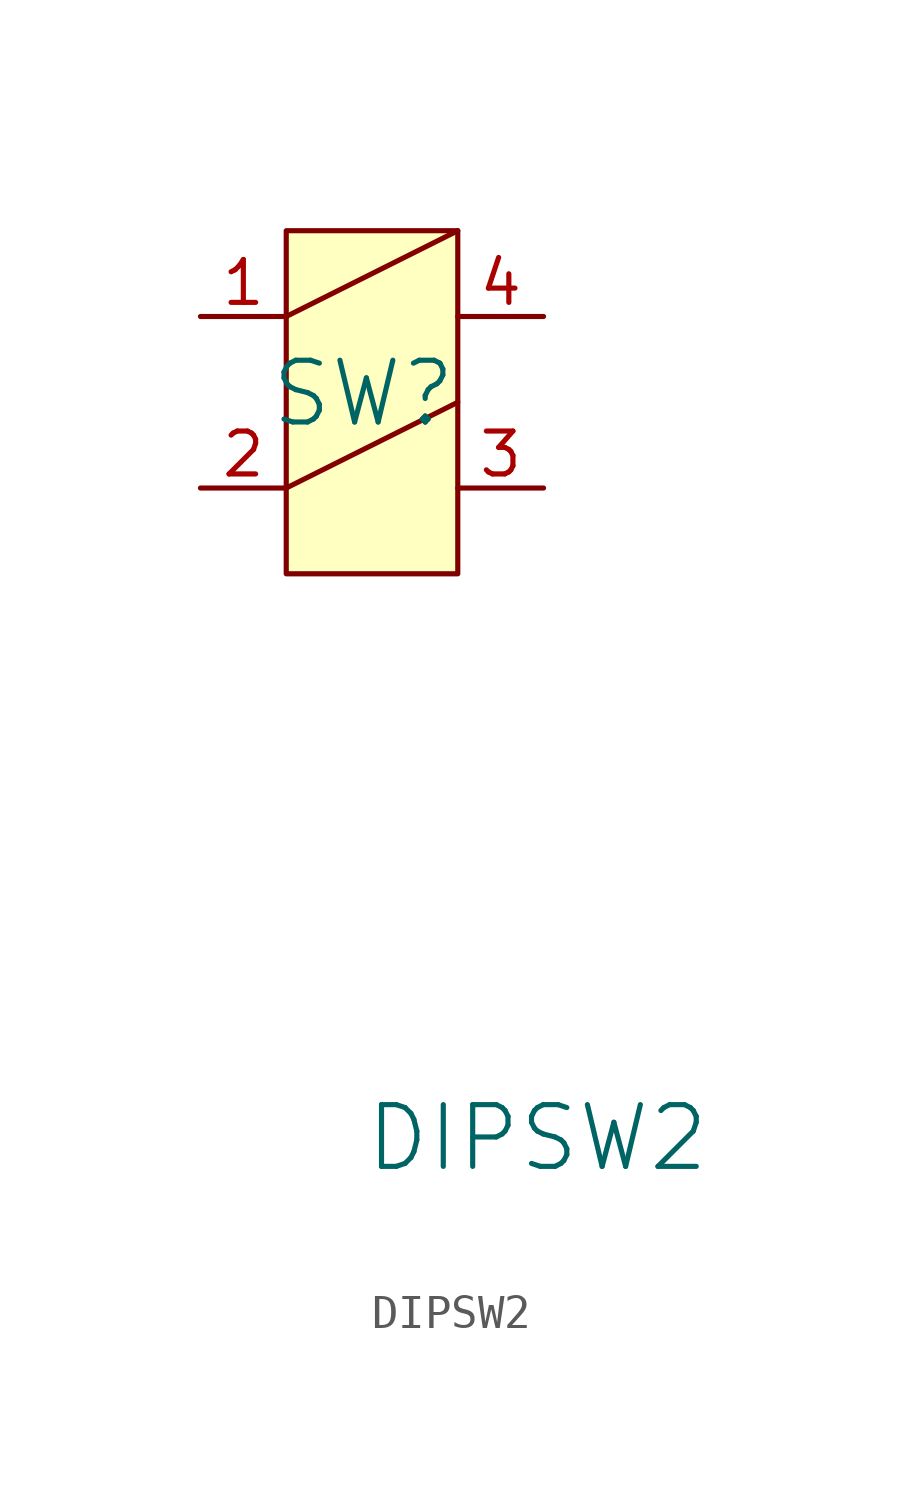
<source format=kicad_sym>
(kicad_symbol_lib
  (version 20241209)
  (generator "kicad_symbol_editor")
  (generator_version "9.0")
  (symbol "DIPSW2"
    (pin_names
      (hide yes))
    (property "Reference" "SW"
      (at -0.254 0.254 0)
      (effects (font (size 1.829 1.829))))
    (property "Value" "DIPSW2"
      (at -0.254 -22.86 0)
      (effects (font (size 1.829 1.829)) (justify left bottom)))
    (symbol "DIPSW2_1_0"
      (polyline (pts (xy -2.54 2.54) (xy 2.54 5.08)) (stroke (width 0) (type solid)) (fill (type none)))
      (polyline (pts (xy -2.54 -2.54) (xy 2.54 0)) (stroke (width 0) (type solid)) (fill (type none)))
      (rectangle (start 2.54 5.08) (end -2.54 -5.08) (stroke (width 0) (type solid) (color 128 0 0 1)) (fill (type background)))
      (pin passive line (at -5.08 2.54 0) (length 2.54) (name "1" (effects (font (size 1.27 1.27)))) (number "1" (effects (font (size 1.27 1.27)))))
      (pin passive line (at -5.08 -2.54 0) (length 2.54) (name "2" (effects (font (size 1.27 1.27)))) (number "2" (effects (font (size 1.27 1.27)))))
      (pin passive line (at 5.08 2.54 180) (length 2.54) (name "4" (effects (font (size 1.27 1.27)))) (number "4" (effects (font (size 1.27 1.27)))))
      (pin passive line (at 5.08 -2.54 180) (length 2.54) (name "3" (effects (font (size 1.27 1.27)))) (number "3" (effects (font (size 1.27 1.27))))))))
</source>
